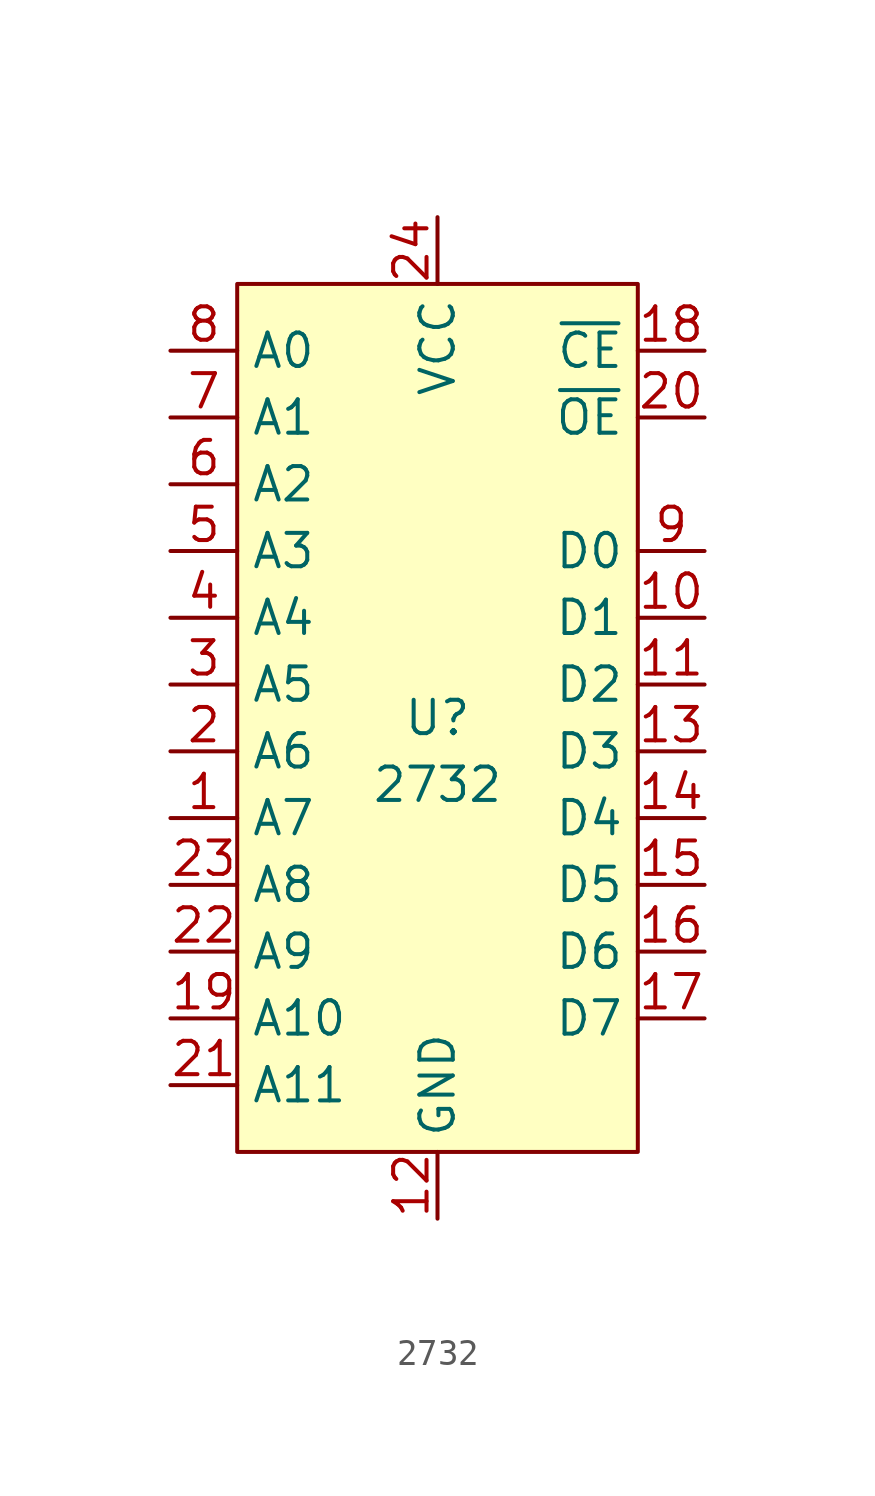
<source format=kicad_sym>
(kicad_symbol_lib
  (version 20220914)
  (generator kicad_symbol_editor)
  (symbol "2732"
    (property "Reference" "U"
      (at 0 2.54 0)
      (effects (font (size 1.27 1.27))))
    (property "Value" "2732"
      (at 0 0 0)
      (effects (font (size 1.27 1.27))))
    (symbol "2732_0_1"
      (rectangle (start -7.62 19.05) (end 7.62 -13.97) (stroke (width 0.152) (type default)) (fill (type background))))
    (symbol "2732_1_1"
      (pin input line (at -10.16 -1.27 0) (length 2.54) (name "A7" (effects (font (size 1.27 1.27)))) (number "1" (effects (font (size 1.27 1.27)))))
      (pin output line (at 10.16 6.35 180) (length 2.54) (name "D1" (effects (font (size 1.27 1.27)))) (number "10" (effects (font (size 1.27 1.27)))))
      (pin output line (at 10.16 3.81 180) (length 2.54) (name "D2" (effects (font (size 1.27 1.27)))) (number "11" (effects (font (size 1.27 1.27)))))
      (pin power_in line (at 0 -16.51 90) (length 2.54) (name "GND" (effects (font (size 1.27 1.27)))) (number "12" (effects (font (size 1.27 1.27)))))
      (pin output line (at 10.16 1.27 180) (length 2.54) (name "D3" (effects (font (size 1.27 1.27)))) (number "13" (effects (font (size 1.27 1.27)))))
      (pin output line (at 10.16 -1.27 180) (length 2.54) (name "D4" (effects (font (size 1.27 1.27)))) (number "14" (effects (font (size 1.27 1.27)))))
      (pin output line (at 10.16 -3.81 180) (length 2.54) (name "D5" (effects (font (size 1.27 1.27)))) (number "15" (effects (font (size 1.27 1.27)))))
      (pin output line (at 10.16 -6.35 180) (length 2.54) (name "D6" (effects (font (size 1.27 1.27)))) (number "16" (effects (font (size 1.27 1.27)))))
      (pin output line (at 10.16 -8.89 180) (length 2.54) (name "D7" (effects (font (size 1.27 1.27)))) (number "17" (effects (font (size 1.27 1.27)))))
      (pin input line (at 10.16 16.51 180) (length 2.54) (name "~{CE}" (effects (font (size 1.27 1.27)))) (number "18" (effects (font (size 1.27 1.27)))))
      (pin input line (at -10.16 -8.89 0) (length 2.54) (name "A10" (effects (font (size 1.27 1.27)))) (number "19" (effects (font (size 1.27 1.27)))))
      (pin input line (at -10.16 1.27 0) (length 2.54) (name "A6" (effects (font (size 1.27 1.27)))) (number "2" (effects (font (size 1.27 1.27)))))
      (pin input line (at 10.16 13.97 180) (length 2.54) (name "~{OE}" (effects (font (size 1.27 1.27)))) (number "20" (effects (font (size 1.27 1.27)))))
      (pin input line (at -10.16 -11.43 0) (length 2.54) (name "A11" (effects (font (size 1.27 1.27)))) (number "21" (effects (font (size 1.27 1.27)))))
      (pin input line (at -10.16 -6.35 0) (length 2.54) (name "A9" (effects (font (size 1.27 1.27)))) (number "22" (effects (font (size 1.27 1.27)))))
      (pin input line (at -10.16 -3.81 0) (length 2.54) (name "A8" (effects (font (size 1.27 1.27)))) (number "23" (effects (font (size 1.27 1.27)))))
      (pin power_in line (at 0 21.59 270) (length 2.54) (name "VCC" (effects (font (size 1.27 1.27)))) (number "24" (effects (font (size 1.27 1.27)))))
      (pin input line (at -10.16 3.81 0) (length 2.54) (name "A5" (effects (font (size 1.27 1.27)))) (number "3" (effects (font (size 1.27 1.27)))))
      (pin input line (at -10.16 6.35 0) (length 2.54) (name "A4" (effects (font (size 1.27 1.27)))) (number "4" (effects (font (size 1.27 1.27)))))
      (pin input line (at -10.16 8.89 0) (length 2.54) (name "A3" (effects (font (size 1.27 1.27)))) (number "5" (effects (font (size 1.27 1.27)))))
      (pin input line (at -10.16 11.43 0) (length 2.54) (name "A2" (effects (font (size 1.27 1.27)))) (number "6" (effects (font (size 1.27 1.27)))))
      (pin input line (at -10.16 13.97 0) (length 2.54) (name "A1" (effects (font (size 1.27 1.27)))) (number "7" (effects (font (size 1.27 1.27)))))
      (pin input line (at -10.16 16.51 0) (length 2.54) (name "A0" (effects (font (size 1.27 1.27)))) (number "8" (effects (font (size 1.27 1.27)))))
      (pin output line (at 10.16 8.89 180) (length 2.54) (name "D0" (effects (font (size 1.27 1.27)))) (number "9" (effects (font (size 1.27 1.27))))))))
</source>
